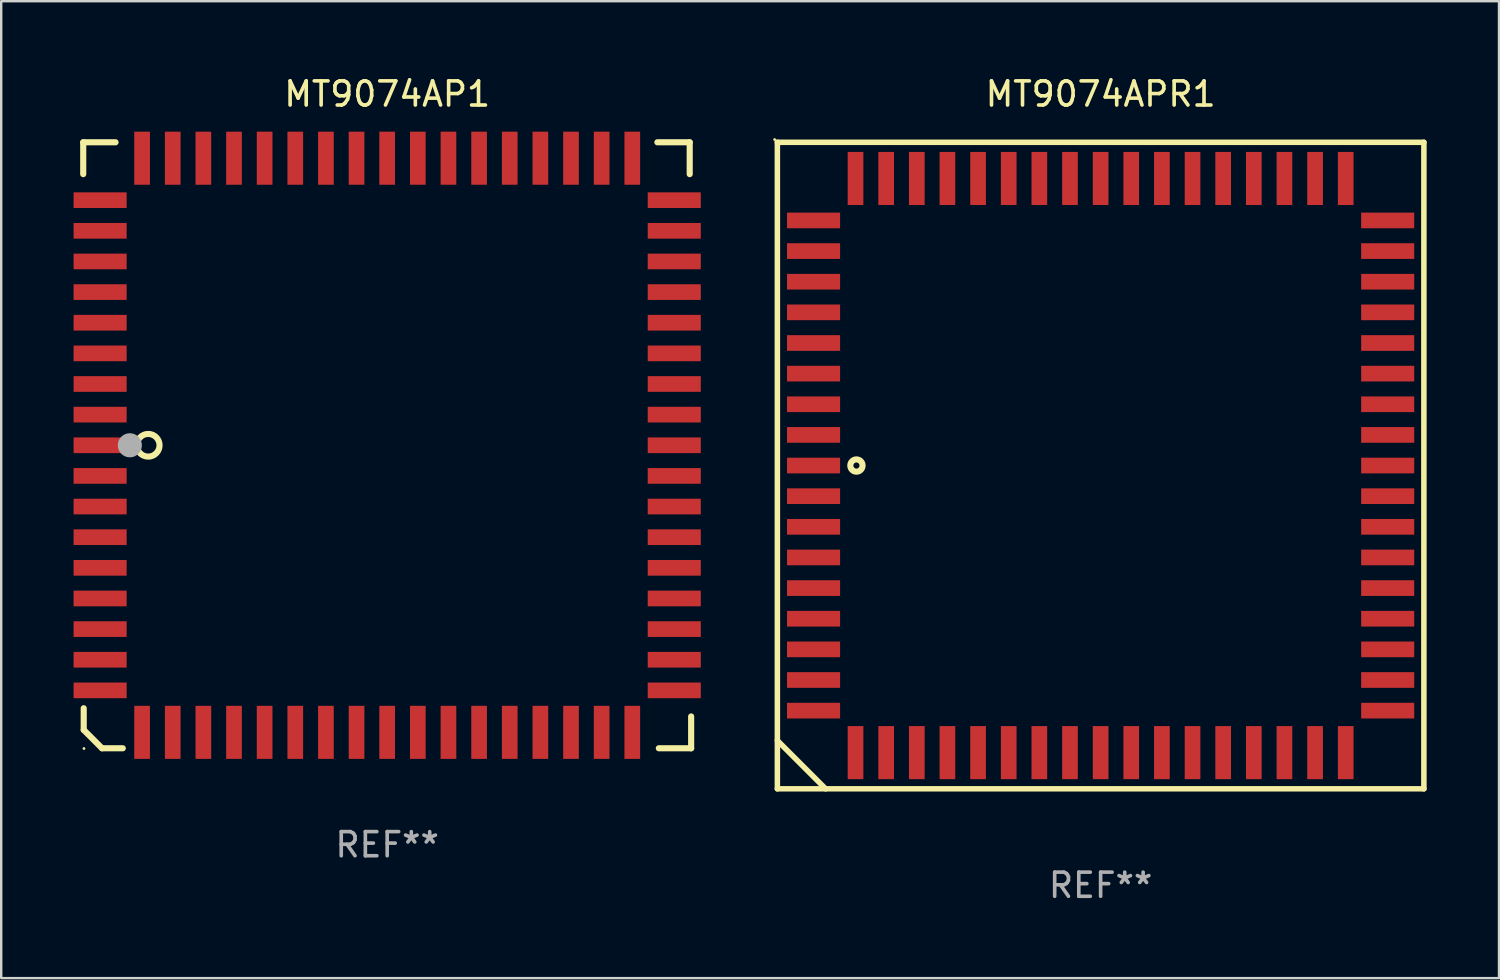
<source format=kicad_pcb>
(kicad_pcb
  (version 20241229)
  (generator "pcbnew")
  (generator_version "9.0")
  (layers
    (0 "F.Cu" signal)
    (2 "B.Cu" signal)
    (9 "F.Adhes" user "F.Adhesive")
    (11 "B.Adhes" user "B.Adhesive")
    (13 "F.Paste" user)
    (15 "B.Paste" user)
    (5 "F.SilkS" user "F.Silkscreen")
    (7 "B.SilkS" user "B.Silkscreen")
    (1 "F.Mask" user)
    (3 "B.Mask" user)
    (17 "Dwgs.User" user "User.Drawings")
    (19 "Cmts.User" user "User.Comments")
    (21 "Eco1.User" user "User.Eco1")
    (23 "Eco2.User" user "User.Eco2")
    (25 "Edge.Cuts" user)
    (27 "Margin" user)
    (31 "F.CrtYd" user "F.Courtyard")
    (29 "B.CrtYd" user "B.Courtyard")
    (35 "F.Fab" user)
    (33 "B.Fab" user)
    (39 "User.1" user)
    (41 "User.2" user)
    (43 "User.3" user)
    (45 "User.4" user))
  (footprint "MT9074APR1"
    (layer "F.Cu")
    (at 42.574 16.248)
    (property "Reference" "MT9074APR1" (at 0 -15.4 0) (layer "F.SilkS") (effects (font (size 1 1) (thickness 0.15))))
    (attr through_hole)
    (fp_line (start -13.4 -13.4) (end -13.4 13.4) (stroke (width 0.229) (type solid)) (layer "F.SilkS"))
    (fp_line (start -13.4 11.4) (end -11.4 13.4) (stroke (width 0.229) (type solid)) (layer "F.SilkS"))
    (fp_line (start -13.4 13.4) (end 13.4 13.4) (stroke (width 0.229) (type solid)) (layer "F.SilkS"))
    (fp_line (start 13.4 -13.4) (end -13.4 -13.4) (stroke (width 0.229) (type solid)) (layer "F.SilkS"))
    (fp_line (start 13.4 13.4) (end 13.4 -13.4) (stroke (width 0.229) (type solid)) (layer "F.SilkS"))
    (fp_circle (center -13.514 -13.514) (end -13.484 -13.514) (stroke (width 0.06) (type solid)) (fill no) (layer "F.SilkS"))
    (fp_circle (center -10.122 -0.000076) (end -9.868 -0.000076) (stroke (width 0.254) (type solid)) (fill no) (layer "F.SilkS"))
    (fp_text user "REF**" (at 0 17.4 0) (layer "F.Fab") (effects (font (size 1 1) (thickness 0.15))))
    (pad "1" smd rect (at -11.9 -0.000076 270) (size 0.65 2.2) (layers "F.Cu" "F.Mask" "F.Paste"))
    (pad "2" smd rect (at -11.9 1.27 270) (size 0.65 2.2) (layers "F.Cu" "F.Mask" "F.Paste"))
    (pad "3" smd rect (at -11.9 2.54 270) (size 0.65 2.2) (layers "F.Cu" "F.Mask" "F.Paste"))
    (pad "4" smd rect (at -11.9 3.81 270) (size 0.65 2.2) (layers "F.Cu" "F.Mask" "F.Paste"))
    (pad "5" smd rect (at -11.9 5.08 270) (size 0.65 2.2) (layers "F.Cu" "F.Mask" "F.Paste"))
    (pad "6" smd rect (at -11.9 6.35 270) (size 0.65 2.2) (layers "F.Cu" "F.Mask" "F.Paste"))
    (pad "7" smd rect (at -11.9 7.62 270) (size 0.65 2.2) (layers "F.Cu" "F.Mask" "F.Paste"))
    (pad "8" smd rect (at -11.9 8.89 270) (size 0.65 2.2) (layers "F.Cu" "F.Mask" "F.Paste"))
    (pad "9" smd rect (at -11.9 10.16 270) (size 0.65 2.2) (layers "F.Cu" "F.Mask" "F.Paste"))
    (pad "10" smd rect (at -10.16 11.9 270) (size 2.2 0.65) (layers "F.Cu" "F.Mask" "F.Paste"))
    (pad "11" smd rect (at -8.89 11.9 270) (size 2.2 0.65) (layers "F.Cu" "F.Mask" "F.Paste"))
    (pad "12" smd rect (at -7.62 11.9 270) (size 2.2 0.65) (layers "F.Cu" "F.Mask" "F.Paste"))
    (pad "13" smd rect (at -6.35 11.9 270) (size 2.2 0.65) (layers "F.Cu" "F.Mask" "F.Paste"))
    (pad "14" smd rect (at -5.08 11.9 270) (size 2.2 0.65) (layers "F.Cu" "F.Mask" "F.Paste"))
    (pad "15" smd rect (at -3.81 11.9 270) (size 2.2 0.65) (layers "F.Cu" "F.Mask" "F.Paste"))
    (pad "16" smd rect (at -2.54 11.9 270) (size 2.2 0.65) (layers "F.Cu" "F.Mask" "F.Paste"))
    (pad "17" smd rect (at -1.27 11.9 270) (size 2.2 0.65) (layers "F.Cu" "F.Mask" "F.Paste"))
    (pad "18" smd rect (at 0 11.9 270) (size 2.2 0.65) (layers "F.Cu" "F.Mask" "F.Paste"))
    (pad "19" smd rect (at 1.27 11.9 270) (size 2.2 0.65) (layers "F.Cu" "F.Mask" "F.Paste"))
    (pad "20" smd rect (at 2.54 11.9 270) (size 2.2 0.65) (layers "F.Cu" "F.Mask" "F.Paste"))
    (pad "21" smd rect (at 3.81 11.9 270) (size 2.2 0.65) (layers "F.Cu" "F.Mask" "F.Paste"))
    (pad "22" smd rect (at 5.08 11.9 270) (size 2.2 0.65) (layers "F.Cu" "F.Mask" "F.Paste"))
    (pad "23" smd rect (at 6.35 11.9 270) (size 2.2 0.65) (layers "F.Cu" "F.Mask" "F.Paste"))
    (pad "24" smd rect (at 7.62 11.9 270) (size 2.2 0.65) (layers "F.Cu" "F.Mask" "F.Paste"))
    (pad "25" smd rect (at 8.89 11.9 270) (size 2.2 0.65) (layers "F.Cu" "F.Mask" "F.Paste"))
    (pad "26" smd rect (at 10.16 11.9 270) (size 2.2 0.65) (layers "F.Cu" "F.Mask" "F.Paste"))
    (pad "27" smd rect (at 11.9 10.16 270) (size 0.65 2.2) (layers "F.Cu" "F.Mask" "F.Paste"))
    (pad "28" smd rect (at 11.9 8.89 270) (size 0.65 2.2) (layers "F.Cu" "F.Mask" "F.Paste"))
    (pad "29" smd rect (at 11.9 7.62 270) (size 0.65 2.2) (layers "F.Cu" "F.Mask" "F.Paste"))
    (pad "30" smd rect (at 11.9 6.35 270) (size 0.65 2.2) (layers "F.Cu" "F.Mask" "F.Paste"))
    (pad "31" smd rect (at 11.9 5.08 270) (size 0.65 2.2) (layers "F.Cu" "F.Mask" "F.Paste"))
    (pad "32" smd rect (at 11.9 3.81 270) (size 0.65 2.2) (layers "F.Cu" "F.Mask" "F.Paste"))
    (pad "33" smd rect (at 11.9 2.54 270) (size 0.65 2.2) (layers "F.Cu" "F.Mask" "F.Paste"))
    (pad "34" smd rect (at 11.9 1.27 270) (size 0.65 2.2) (layers "F.Cu" "F.Mask" "F.Paste"))
    (pad "35" smd rect (at 11.9 -0.000076 270) (size 0.65 2.2) (layers "F.Cu" "F.Mask" "F.Paste"))
    (pad "36" smd rect (at 11.9 -1.27 270) (size 0.65 2.2) (layers "F.Cu" "F.Mask" "F.Paste"))
    (pad "37" smd rect (at 11.9 -2.54 270) (size 0.65 2.2) (layers "F.Cu" "F.Mask" "F.Paste"))
    (pad "38" smd rect (at 11.9 -3.81 270) (size 0.65 2.2) (layers "F.Cu" "F.Mask" "F.Paste"))
    (pad "39" smd rect (at 11.9 -5.08 270) (size 0.65 2.2) (layers "F.Cu" "F.Mask" "F.Paste"))
    (pad "40" smd rect (at 11.9 -6.35 270) (size 0.65 2.2) (layers "F.Cu" "F.Mask" "F.Paste"))
    (pad "41" smd rect (at 11.9 -7.62 270) (size 0.65 2.2) (layers "F.Cu" "F.Mask" "F.Paste"))
    (pad "42" smd rect (at 11.9 -8.89 270) (size 0.65 2.2) (layers "F.Cu" "F.Mask" "F.Paste"))
    (pad "43" smd rect (at 11.9 -10.16 270) (size 0.65 2.2) (layers "F.Cu" "F.Mask" "F.Paste"))
    (pad "44" smd rect (at 10.16 -11.9 270) (size 2.2 0.65) (layers "F.Cu" "F.Mask" "F.Paste"))
    (pad "45" smd rect (at 8.89 -11.9 270) (size 2.2 0.65) (layers "F.Cu" "F.Mask" "F.Paste"))
    (pad "46" smd rect (at 7.62 -11.9 270) (size 2.2 0.65) (layers "F.Cu" "F.Mask" "F.Paste"))
    (pad "47" smd rect (at 6.35 -11.9 270) (size 2.2 0.65) (layers "F.Cu" "F.Mask" "F.Paste"))
    (pad "48" smd rect (at 5.08 -11.9 270) (size 2.2 0.65) (layers "F.Cu" "F.Mask" "F.Paste"))
    (pad "49" smd rect (at 3.81 -11.9 270) (size 2.2 0.65) (layers "F.Cu" "F.Mask" "F.Paste"))
    (pad "50" smd rect (at 2.54 -11.9 270) (size 2.2 0.65) (layers "F.Cu" "F.Mask" "F.Paste"))
    (pad "51" smd rect (at 1.27 -11.9 270) (size 2.2 0.65) (layers "F.Cu" "F.Mask" "F.Paste"))
    (pad "52" smd rect (at 0 -11.9 270) (size 2.2 0.65) (layers "F.Cu" "F.Mask" "F.Paste"))
    (pad "53" smd rect (at -1.27 -11.9 270) (size 2.2 0.65) (layers "F.Cu" "F.Mask" "F.Paste"))
    (pad "54" smd rect (at -2.54 -11.9 270) (size 2.2 0.65) (layers "F.Cu" "F.Mask" "F.Paste"))
    (pad "55" smd rect (at -3.81 -11.9 270) (size 2.2 0.65) (layers "F.Cu" "F.Mask" "F.Paste"))
    (pad "56" smd rect (at -5.08 -11.9 270) (size 2.2 0.65) (layers "F.Cu" "F.Mask" "F.Paste"))
    (pad "57" smd rect (at -6.35 -11.9 270) (size 2.2 0.65) (layers "F.Cu" "F.Mask" "F.Paste"))
    (pad "58" smd rect (at -7.62 -11.9 270) (size 2.2 0.65) (layers "F.Cu" "F.Mask" "F.Paste"))
    (pad "59" smd rect (at -8.89 -11.9 270) (size 2.2 0.65) (layers "F.Cu" "F.Mask" "F.Paste"))
    (pad "60" smd rect (at -10.16 -11.9 270) (size 2.2 0.65) (layers "F.Cu" "F.Mask" "F.Paste"))
    (pad "61" smd rect (at -11.9 -10.16 270) (size 0.65 2.2) (layers "F.Cu" "F.Mask" "F.Paste"))
    (pad "62" smd rect (at -11.9 -8.89 270) (size 0.65 2.2) (layers "F.Cu" "F.Mask" "F.Paste"))
    (pad "63" smd rect (at -11.9 -7.62 270) (size 0.65 2.2) (layers "F.Cu" "F.Mask" "F.Paste"))
    (pad "64" smd rect (at -11.9 -6.35 270) (size 0.65 2.2) (layers "F.Cu" "F.Mask" "F.Paste"))
    (pad "65" smd rect (at -11.9 -5.08 270) (size 0.65 2.2) (layers "F.Cu" "F.Mask" "F.Paste"))
    (pad "66" smd rect (at -11.9 -3.81 270) (size 0.65 2.2) (layers "F.Cu" "F.Mask" "F.Paste"))
    (pad "67" smd rect (at -11.9 -2.54 270) (size 0.65 2.2) (layers "F.Cu" "F.Mask" "F.Paste"))
    (pad "68" smd rect (at -11.9 -1.27 270) (size 0.65 2.2) (layers "F.Cu" "F.Mask" "F.Paste")))
  (footprint "MT9074AP1"
    (layer "F.Cu")
    (at 13 15.408)
    (property "Reference" "MT9074AP1" (at 0 -14.56 0) (layer "F.SilkS") (effects (font (size 1 1) (thickness 0.15))))
    (attr through_hole)
    (fp_line (start -12.6 -12.56) (end -12.6 -11.24) (stroke (width 0.254) (type solid)) (layer "F.SilkS"))
    (fp_line (start -12.58 10.9) (end -12.58 11.8) (stroke (width 0.254) (type solid)) (layer "F.SilkS"))
    (fp_line (start -12.58 11.8) (end -11.82 12.56) (stroke (width 0.254) (type solid)) (layer "F.SilkS"))
    (fp_line (start -11.82 12.56) (end -10.96 12.56) (stroke (width 0.254) (type solid)) (layer "F.SilkS"))
    (fp_line (start -11.26 -12.56) (end -12.6 -12.56) (stroke (width 0.254) (type solid)) (layer "F.SilkS"))
    (fp_line (start 11.2 -12.56) (end 12.54 -12.56) (stroke (width 0.254) (type solid)) (layer "F.SilkS"))
    (fp_line (start 11.26 12.56) (end 12.6 12.56) (stroke (width 0.254) (type solid)) (layer "F.SilkS"))
    (fp_line (start 12.54 -12.56) (end 12.54 -11.24) (stroke (width 0.254) (type solid)) (layer "F.SilkS"))
    (fp_line (start 12.6 12.56) (end 12.6 11.24) (stroke (width 0.254) (type solid)) (layer "F.SilkS"))
    (fp_circle (center -12.57 12.57) (end -12.54 12.57) (stroke (width 0.06) (type solid)) (fill no) (layer "F.SilkS"))
    (fp_circle (center -9.906 0) (end -9.436 0) (stroke (width 0.254) (type solid)) (fill no) (layer "F.SilkS"))
    (fp_circle (center -10.668 0) (end -10.418 0) (stroke (width 0.5) (type solid)) (fill no) (layer "F.Fab"))
    (fp_text user "REF**" (at 0 16.56 0) (layer "F.Fab") (effects (font (size 1 1) (thickness 0.15))))
    (pad "1" smd rect (at -11.9 -0.000076 270) (size 0.65 2.2) (layers "F.Cu" "F.Mask" "F.Paste"))
    (pad "2" smd rect (at -11.9 1.27 270) (size 0.65 2.2) (layers "F.Cu" "F.Mask" "F.Paste"))
    (pad "3" smd rect (at -11.9 2.54 270) (size 0.65 2.2) (layers "F.Cu" "F.Mask" "F.Paste"))
    (pad "4" smd rect (at -11.9 3.81 270) (size 0.65 2.2) (layers "F.Cu" "F.Mask" "F.Paste"))
    (pad "5" smd rect (at -11.9 5.08 270) (size 0.65 2.2) (layers "F.Cu" "F.Mask" "F.Paste"))
    (pad "6" smd rect (at -11.9 6.35 270) (size 0.65 2.2) (layers "F.Cu" "F.Mask" "F.Paste"))
    (pad "7" smd rect (at -11.9 7.62 270) (size 0.65 2.2) (layers "F.Cu" "F.Mask" "F.Paste"))
    (pad "8" smd rect (at -11.9 8.89 270) (size 0.65 2.2) (layers "F.Cu" "F.Mask" "F.Paste"))
    (pad "9" smd rect (at -11.9 10.16 270) (size 0.65 2.2) (layers "F.Cu" "F.Mask" "F.Paste"))
    (pad "10" smd rect (at -10.16 11.9 270) (size 2.2 0.65) (layers "F.Cu" "F.Mask" "F.Paste"))
    (pad "11" smd rect (at -8.89 11.9 270) (size 2.2 0.65) (layers "F.Cu" "F.Mask" "F.Paste"))
    (pad "12" smd rect (at -7.62 11.9 270) (size 2.2 0.65) (layers "F.Cu" "F.Mask" "F.Paste"))
    (pad "13" smd rect (at -6.35 11.9 270) (size 2.2 0.65) (layers "F.Cu" "F.Mask" "F.Paste"))
    (pad "14" smd rect (at -5.08 11.9 270) (size 2.2 0.65) (layers "F.Cu" "F.Mask" "F.Paste"))
    (pad "15" smd rect (at -3.81 11.9 270) (size 2.2 0.65) (layers "F.Cu" "F.Mask" "F.Paste"))
    (pad "16" smd rect (at -2.54 11.9 270) (size 2.2 0.65) (layers "F.Cu" "F.Mask" "F.Paste"))
    (pad "17" smd rect (at -1.27 11.9 270) (size 2.2 0.65) (layers "F.Cu" "F.Mask" "F.Paste"))
    (pad "18" smd rect (at 0 11.9 270) (size 2.2 0.65) (layers "F.Cu" "F.Mask" "F.Paste"))
    (pad "19" smd rect (at 1.27 11.9 270) (size 2.2 0.65) (layers "F.Cu" "F.Mask" "F.Paste"))
    (pad "20" smd rect (at 2.54 11.9 270) (size 2.2 0.65) (layers "F.Cu" "F.Mask" "F.Paste"))
    (pad "21" smd rect (at 3.81 11.9 270) (size 2.2 0.65) (layers "F.Cu" "F.Mask" "F.Paste"))
    (pad "22" smd rect (at 5.08 11.9 270) (size 2.2 0.65) (layers "F.Cu" "F.Mask" "F.Paste"))
    (pad "23" smd rect (at 6.35 11.9 270) (size 2.2 0.65) (layers "F.Cu" "F.Mask" "F.Paste"))
    (pad "24" smd rect (at 7.62 11.9 270) (size 2.2 0.65) (layers "F.Cu" "F.Mask" "F.Paste"))
    (pad "25" smd rect (at 8.89 11.9 270) (size 2.2 0.65) (layers "F.Cu" "F.Mask" "F.Paste"))
    (pad "26" smd rect (at 10.16 11.9 270) (size 2.2 0.65) (layers "F.Cu" "F.Mask" "F.Paste"))
    (pad "27" smd rect (at 11.9 10.16 270) (size 0.65 2.2) (layers "F.Cu" "F.Mask" "F.Paste"))
    (pad "28" smd rect (at 11.9 8.89 270) (size 0.65 2.2) (layers "F.Cu" "F.Mask" "F.Paste"))
    (pad "29" smd rect (at 11.9 7.62 270) (size 0.65 2.2) (layers "F.Cu" "F.Mask" "F.Paste"))
    (pad "30" smd rect (at 11.9 6.35 270) (size 0.65 2.2) (layers "F.Cu" "F.Mask" "F.Paste"))
    (pad "31" smd rect (at 11.9 5.08 270) (size 0.65 2.2) (layers "F.Cu" "F.Mask" "F.Paste"))
    (pad "32" smd rect (at 11.9 3.81 270) (size 0.65 2.2) (layers "F.Cu" "F.Mask" "F.Paste"))
    (pad "33" smd rect (at 11.9 2.54 270) (size 0.65 2.2) (layers "F.Cu" "F.Mask" "F.Paste"))
    (pad "34" smd rect (at 11.9 1.27 270) (size 0.65 2.2) (layers "F.Cu" "F.Mask" "F.Paste"))
    (pad "35" smd rect (at 11.9 -0.000076 270) (size 0.65 2.2) (layers "F.Cu" "F.Mask" "F.Paste"))
    (pad "36" smd rect (at 11.9 -1.27 270) (size 0.65 2.2) (layers "F.Cu" "F.Mask" "F.Paste"))
    (pad "37" smd rect (at 11.9 -2.54 270) (size 0.65 2.2) (layers "F.Cu" "F.Mask" "F.Paste"))
    (pad "38" smd rect (at 11.9 -3.81 270) (size 0.65 2.2) (layers "F.Cu" "F.Mask" "F.Paste"))
    (pad "39" smd rect (at 11.9 -5.08 270) (size 0.65 2.2) (layers "F.Cu" "F.Mask" "F.Paste"))
    (pad "40" smd rect (at 11.9 -6.35 270) (size 0.65 2.2) (layers "F.Cu" "F.Mask" "F.Paste"))
    (pad "41" smd rect (at 11.9 -7.62 270) (size 0.65 2.2) (layers "F.Cu" "F.Mask" "F.Paste"))
    (pad "42" smd rect (at 11.9 -8.89 270) (size 0.65 2.2) (layers "F.Cu" "F.Mask" "F.Paste"))
    (pad "43" smd rect (at 11.9 -10.16 270) (size 0.65 2.2) (layers "F.Cu" "F.Mask" "F.Paste"))
    (pad "44" smd rect (at 10.16 -11.9 270) (size 2.2 0.65) (layers "F.Cu" "F.Mask" "F.Paste"))
    (pad "45" smd rect (at 8.89 -11.9 270) (size 2.2 0.65) (layers "F.Cu" "F.Mask" "F.Paste"))
    (pad "46" smd rect (at 7.62 -11.9 270) (size 2.2 0.65) (layers "F.Cu" "F.Mask" "F.Paste"))
    (pad "47" smd rect (at 6.35 -11.9 270) (size 2.2 0.65) (layers "F.Cu" "F.Mask" "F.Paste"))
    (pad "48" smd rect (at 5.08 -11.9 270) (size 2.2 0.65) (layers "F.Cu" "F.Mask" "F.Paste"))
    (pad "49" smd rect (at 3.81 -11.9 270) (size 2.2 0.65) (layers "F.Cu" "F.Mask" "F.Paste"))
    (pad "50" smd rect (at 2.54 -11.9 270) (size 2.2 0.65) (layers "F.Cu" "F.Mask" "F.Paste"))
    (pad "51" smd rect (at 1.27 -11.9 270) (size 2.2 0.65) (layers "F.Cu" "F.Mask" "F.Paste"))
    (pad "52" smd rect (at 0 -11.9 270) (size 2.2 0.65) (layers "F.Cu" "F.Mask" "F.Paste"))
    (pad "53" smd rect (at -1.27 -11.9 270) (size 2.2 0.65) (layers "F.Cu" "F.Mask" "F.Paste"))
    (pad "54" smd rect (at -2.54 -11.9 270) (size 2.2 0.65) (layers "F.Cu" "F.Mask" "F.Paste"))
    (pad "55" smd rect (at -3.81 -11.9 270) (size 2.2 0.65) (layers "F.Cu" "F.Mask" "F.Paste"))
    (pad "56" smd rect (at -5.08 -11.9 270) (size 2.2 0.65) (layers "F.Cu" "F.Mask" "F.Paste"))
    (pad "57" smd rect (at -6.35 -11.9 270) (size 2.2 0.65) (layers "F.Cu" "F.Mask" "F.Paste"))
    (pad "58" smd rect (at -7.62 -11.9 270) (size 2.2 0.65) (layers "F.Cu" "F.Mask" "F.Paste"))
    (pad "59" smd rect (at -8.89 -11.9 270) (size 2.2 0.65) (layers "F.Cu" "F.Mask" "F.Paste"))
    (pad "60" smd rect (at -10.16 -11.9 270) (size 2.2 0.65) (layers "F.Cu" "F.Mask" "F.Paste"))
    (pad "61" smd rect (at -11.9 -10.16 270) (size 0.65 2.2) (layers "F.Cu" "F.Mask" "F.Paste"))
    (pad "62" smd rect (at -11.9 -8.89 270) (size 0.65 2.2) (layers "F.Cu" "F.Mask" "F.Paste"))
    (pad "63" smd rect (at -11.9 -7.62 270) (size 0.65 2.2) (layers "F.Cu" "F.Mask" "F.Paste"))
    (pad "64" smd rect (at -11.9 -6.35 270) (size 0.65 2.2) (layers "F.Cu" "F.Mask" "F.Paste"))
    (pad "65" smd rect (at -11.9 -5.08 270) (size 0.65 2.2) (layers "F.Cu" "F.Mask" "F.Paste"))
    (pad "66" smd rect (at -11.9 -3.81 270) (size 0.65 2.2) (layers "F.Cu" "F.Mask" "F.Paste"))
    (pad "67" smd rect (at -11.9 -2.54 270) (size 0.65 2.2) (layers "F.Cu" "F.Mask" "F.Paste"))
    (pad "68" smd rect (at -11.9 -1.27 270) (size 0.65 2.2) (layers "F.Cu" "F.Mask" "F.Paste")))
  (gr_rect
    (start -3 -3)
    (end 59.088 37.496)
    (stroke (width 0.1) (type default))
    (fill no)
    (layer "Edge.Cuts")))
</source>
